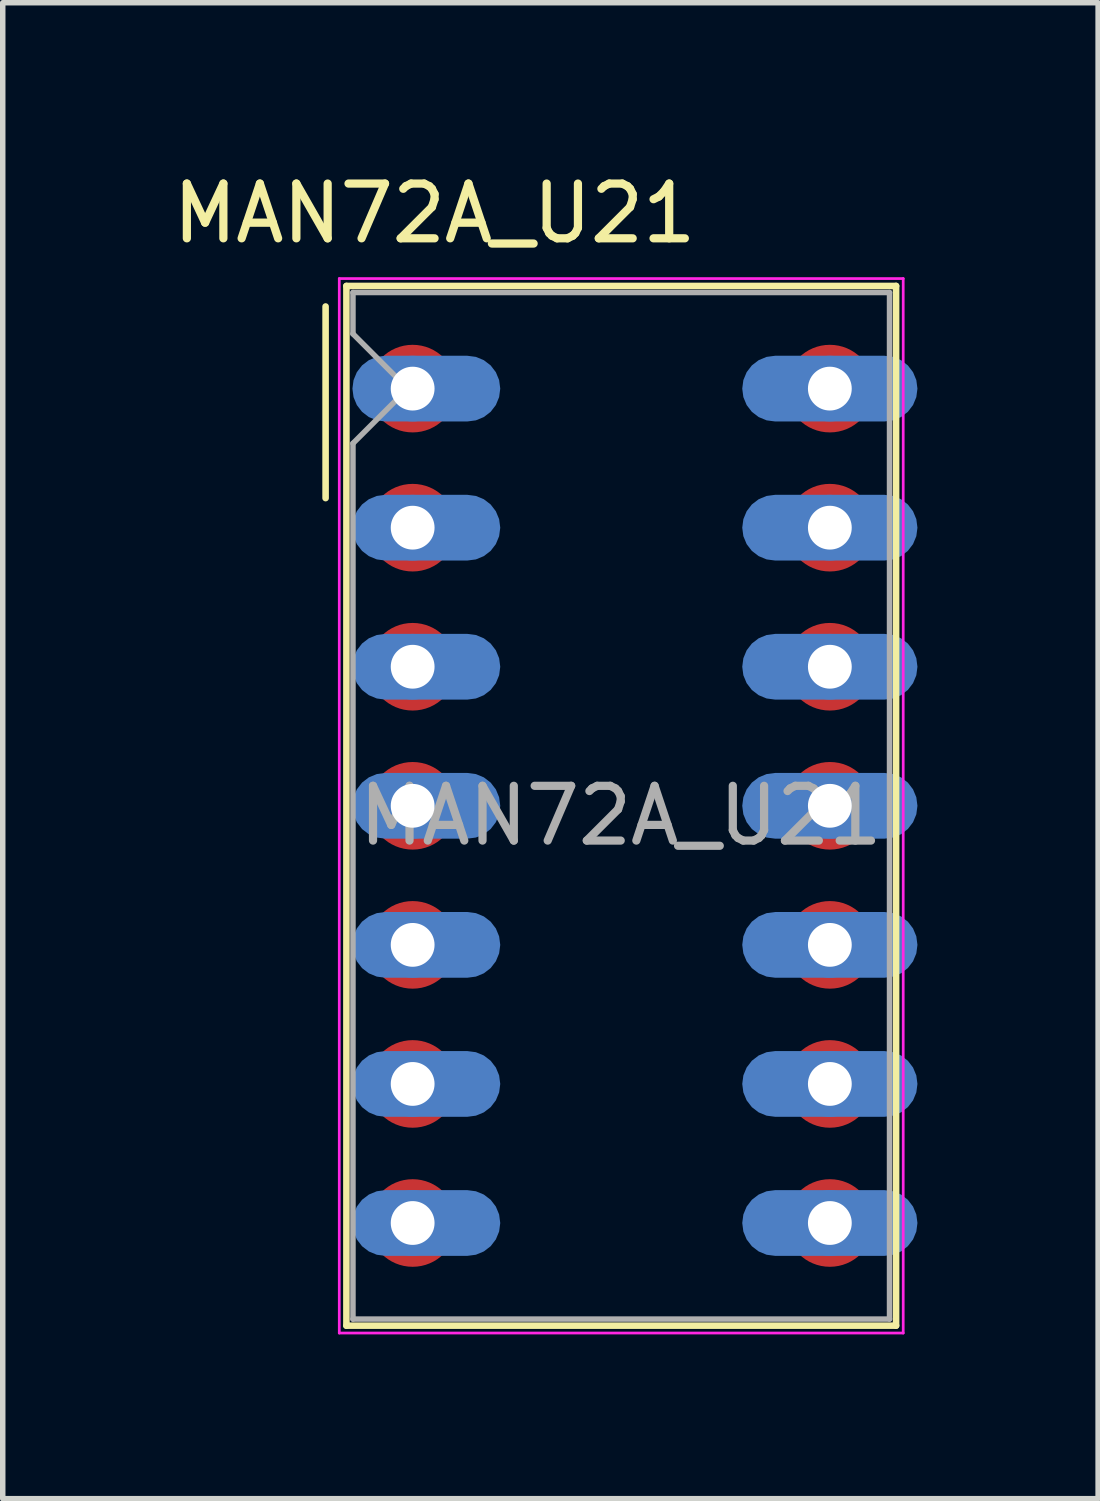
<source format=kicad_pcb>
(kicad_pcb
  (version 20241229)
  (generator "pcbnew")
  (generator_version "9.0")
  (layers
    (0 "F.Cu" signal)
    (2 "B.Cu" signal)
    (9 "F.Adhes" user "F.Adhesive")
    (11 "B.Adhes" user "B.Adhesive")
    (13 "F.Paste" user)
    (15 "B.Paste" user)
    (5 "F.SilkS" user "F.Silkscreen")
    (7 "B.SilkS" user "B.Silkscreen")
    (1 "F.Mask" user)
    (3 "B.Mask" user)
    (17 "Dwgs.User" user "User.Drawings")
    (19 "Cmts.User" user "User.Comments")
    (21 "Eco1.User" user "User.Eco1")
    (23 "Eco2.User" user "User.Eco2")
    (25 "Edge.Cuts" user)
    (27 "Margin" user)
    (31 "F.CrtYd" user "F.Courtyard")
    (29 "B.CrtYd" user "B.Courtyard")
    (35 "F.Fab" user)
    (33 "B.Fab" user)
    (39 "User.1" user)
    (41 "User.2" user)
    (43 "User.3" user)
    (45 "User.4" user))
  (footprint "MAN72A_U21"
    (layer "F.Cu")
    (at 4.487 4.048)
    (property "Reference" "MAN72A_U21" (at 0.4 -3.2 0) (layer "F.SilkS") (effects (font (size 1 1) (thickness 0.15))))
    (attr through_hole)
    (fp_rect (start 1.2 0) (end -1.2 15.24) (stroke (width 0) (type solid)) (fill yes) (layer "F.Mask"))
    (fp_rect (start 8.82 0) (end 6.42 15.24) (stroke (width 0) (type solid)) (fill yes) (layer "F.Mask"))
    (fp_circle (center 0 0) (end 1.2 0) (stroke (width 0) (type solid)) (fill yes) (layer "F.Mask"))
    (fp_circle (center 0 15.24) (end 1.2 15.24) (stroke (width 0) (type solid)) (fill yes) (layer "F.Mask"))
    (fp_circle (center 7.62 0) (end 8.82 0) (stroke (width 0) (type solid)) (fill yes) (layer "F.Mask"))
    (fp_circle (center 7.62 15.24) (end 8.82 15.24) (stroke (width 0) (type solid)) (fill yes) (layer "F.Mask"))
    (fp_rect (start -1.9 -0.7) (end 1.9 0.7) (stroke (width 0) (type solid)) (fill yes) (layer "B.Mask"))
    (fp_rect (start -1.9 1.84) (end 1.9 3.24) (stroke (width 0) (type solid)) (fill yes) (layer "B.Mask"))
    (fp_rect (start -1.9 4.38) (end 1.9 5.78) (stroke (width 0) (type solid)) (fill yes) (layer "B.Mask"))
    (fp_rect (start -1.9 6.92) (end 1.9 8.32) (stroke (width 0) (type solid)) (fill yes) (layer "B.Mask"))
    (fp_rect (start -1.9 9.46) (end 1.9 10.86) (stroke (width 0) (type solid)) (fill yes) (layer "B.Mask"))
    (fp_rect (start -1.9 12) (end 1.9 13.4) (stroke (width 0) (type solid)) (fill yes) (layer "B.Mask"))
    (fp_rect (start -1.9 14.54) (end 1.9 15.94) (stroke (width 0) (type solid)) (fill yes) (layer "B.Mask"))
    (fp_rect (start 5.72 -0.7) (end 9.52 0.7) (stroke (width 0) (type solid)) (fill yes) (layer "B.Mask"))
    (fp_rect (start 5.72 1.84) (end 9.52 3.24) (stroke (width 0) (type solid)) (fill yes) (layer "B.Mask"))
    (fp_rect (start 5.72 4.38) (end 9.52 5.78) (stroke (width 0) (type solid)) (fill yes) (layer "B.Mask"))
    (fp_rect (start 5.72 6.92) (end 9.52 8.32) (stroke (width 0) (type solid)) (fill yes) (layer "B.Mask"))
    (fp_rect (start 5.72 9.46) (end 9.52 10.86) (stroke (width 0) (type solid)) (fill yes) (layer "B.Mask"))
    (fp_rect (start 5.72 12) (end 9.52 13.4) (stroke (width 0) (type solid)) (fill yes) (layer "B.Mask"))
    (fp_rect (start 5.72 14.54) (end 9.52 15.94) (stroke (width 0) (type solid)) (fill yes) (layer "B.Mask"))
    (fp_line (start -1.59 -1.5) (end -1.59 2) (stroke (width 0.12) (type solid)) (layer "F.SilkS"))
    (fp_line (start -1.21 -1.875) (end 8.83 -1.875) (stroke (width 0.12) (type solid)) (layer "F.SilkS"))
    (fp_line (start -1.21 17.115) (end -1.21 -1.875) (stroke (width 0.12) (type solid)) (layer "F.SilkS"))
    (fp_line (start 8.83 -1.875) (end 8.83 17.115) (stroke (width 0.12) (type solid)) (layer "F.SilkS"))
    (fp_line (start 8.83 17.115) (end -1.21 17.115) (stroke (width 0.12) (type solid)) (layer "F.SilkS"))
    (fp_line (start -1.34 -2.01) (end 8.96 -2.01) (stroke (width 0.05) (type solid)) (layer "F.CrtYd"))
    (fp_line (start -1.34 17.25) (end -1.34 -2.01) (stroke (width 0.05) (type solid)) (layer "F.CrtYd"))
    (fp_line (start 8.96 -2.01) (end 8.96 17.25) (stroke (width 0.05) (type solid)) (layer "F.CrtYd"))
    (fp_line (start 8.96 17.25) (end -1.34 17.25) (stroke (width 0.05) (type solid)) (layer "F.CrtYd"))
    (fp_line (start -1.09 -1.755) (end 8.71 -1.755) (stroke (width 0.1) (type solid)) (layer "F.Fab"))
    (fp_line (start -1.09 -1) (end -1.09 -1.755) (stroke (width 0.1) (type solid)) (layer "F.Fab"))
    (fp_line (start -1.09 1) (end -0.09 0) (stroke (width 0.1) (type solid)) (layer "F.Fab"))
    (fp_line (start -1.09 16.995) (end -1.09 1) (stroke (width 0.1) (type solid)) (layer "F.Fab"))
    (fp_line (start -0.09 0) (end -1.09 -1) (stroke (width 0.1) (type solid)) (layer "F.Fab"))
    (fp_line (start 8.71 -1.755) (end 8.71 16.995) (stroke (width 0.1) (type solid)) (layer "F.Fab"))
    (fp_line (start 8.71 16.995) (end -1.09 16.995) (stroke (width 0.1) (type solid)) (layer "F.Fab"))
    (fp_text user "${REFERENCE}" (at 3.8 7.8 0) (layer "F.Fab") (effects (font (size 1 1) (thickness 0.15))))
    (pad "1" thru_hole oval (at 0 0) (size 1.2 1.2) (drill 0.8) (layers "*.Cu" "*.Mask"))
    (pad "1" smd circle (at 0 0) (size 1.6 1.6) (layers "F.Cu"))
    (pad "1" smd roundrect (at 0.25 0) (size 2.7 1.2) (layers "B.Cu") (roundrect_rratio 0.5))
    (pad "2" thru_hole oval (at 0 2.54) (size 1.2 1.2) (drill 0.8) (layers "*.Cu" "*.Mask"))
    (pad "2" smd circle (at 0 2.54) (size 1.6 1.6) (layers "F.Cu"))
    (pad "2" smd roundrect (at 0.25 2.54) (size 2.7 1.2) (layers "B.Cu") (roundrect_rratio 0.5))
    (pad "3" thru_hole oval (at 0 5.08) (size 1.2 1.2) (drill 0.8) (layers "*.Cu" "*.Mask"))
    (pad "3" smd circle (at 0 5.08) (size 1.6 1.6) (layers "F.Cu"))
    (pad "3" smd roundrect (at 0.25 5.08) (size 2.7 1.2) (layers "B.Cu") (roundrect_rratio 0.5))
    (pad "4" thru_hole oval (at 0 7.62) (size 1.2 1.2) (drill 0.8) (layers "*.Cu" "*.Mask"))
    (pad "4" smd circle (at 0 7.62) (size 1.6 1.6) (layers "F.Cu"))
    (pad "4" smd roundrect (at 0.25 7.62) (size 2.7 1.2) (layers "B.Cu") (roundrect_rratio 0.5))
    (pad "5" thru_hole oval (at 0 10.16) (size 1.2 1.2) (drill 0.8) (layers "*.Cu" "*.Mask"))
    (pad "5" smd circle (at 0 10.16) (size 1.6 1.6) (layers "F.Cu"))
    (pad "5" smd roundrect (at 0.25 10.16) (size 2.7 1.2) (layers "B.Cu") (roundrect_rratio 0.5))
    (pad "6" thru_hole oval (at 0 12.7) (size 1.2 1.2) (drill 0.8) (layers "*.Cu" "*.Mask"))
    (pad "6" smd circle (at 0 12.7) (size 1.6 1.6) (layers "F.Cu"))
    (pad "6" smd roundrect (at 0.25 12.7) (size 2.7 1.2) (layers "B.Cu") (roundrect_rratio 0.5))
    (pad "7" thru_hole oval (at 0 15.24) (size 1.2 1.2) (drill 0.8) (layers "*.Cu" "*.Mask"))
    (pad "7" smd circle (at 0 15.24) (size 1.6 1.6) (layers "F.Cu"))
    (pad "7" smd roundrect (at 0.25 15.24) (size 2.7 1.2) (layers "B.Cu") (roundrect_rratio 0.5))
    (pad "8" thru_hole oval (at 7.62 15.24) (size 1.2 1.2) (drill 0.8) (layers "*.Cu" "*.Mask"))
    (pad "8" smd circle (at 7.62 15.24) (size 1.6 1.6) (layers "F.Cu"))
    (pad "8" smd roundrect (at 7.62 15.24) (size 3.2 1.2) (layers "B.Cu") (roundrect_rratio 0.5))
    (pad "9" thru_hole oval (at 7.62 12.7) (size 1.2 1.2) (drill 0.8) (layers "*.Cu" "*.Mask"))
    (pad "9" smd circle (at 7.62 12.7) (size 1.6 1.6) (layers "F.Cu"))
    (pad "9" smd roundrect (at 7.62 12.7) (size 3.2 1.2) (layers "B.Cu") (roundrect_rratio 0.5))
    (pad "10" thru_hole oval (at 7.62 10.16) (size 1.2 1.2) (drill 0.8) (layers "*.Cu" "*.Mask"))
    (pad "10" smd circle (at 7.62 10.16) (size 1.6 1.6) (layers "F.Cu"))
    (pad "10" smd roundrect (at 7.62 10.16) (size 3.2 1.2) (layers "B.Cu") (roundrect_rratio 0.5))
    (pad "11" thru_hole oval (at 7.62 7.62) (size 1.2 1.2) (drill 0.8) (layers "*.Cu" "*.Mask"))
    (pad "11" smd circle (at 7.62 7.62) (size 1.6 1.6) (layers "F.Cu"))
    (pad "11" smd roundrect (at 7.62 7.62) (size 3.2 1.2) (layers "B.Cu") (roundrect_rratio 0.5))
    (pad "12" thru_hole oval (at 7.62 5.08) (size 1.2 1.2) (drill 0.8) (layers "*.Cu" "*.Mask"))
    (pad "12" smd circle (at 7.62 5.08) (size 1.6 1.6) (layers "F.Cu"))
    (pad "12" smd roundrect (at 7.62 5.08) (size 3.2 1.2) (layers "B.Cu") (roundrect_rratio 0.5))
    (pad "13" thru_hole oval (at 7.62 2.54) (size 1.2 1.2) (drill 0.8) (layers "*.Cu" "*.Mask"))
    (pad "13" smd circle (at 7.62 2.54) (size 1.6 1.6) (layers "F.Cu"))
    (pad "13" smd roundrect (at 7.62 2.54) (size 3.2 1.2) (layers "B.Cu") (roundrect_rratio 0.5))
    (pad "14" thru_hole oval (at 7.62 0) (size 1.2 1.2) (drill 0.8) (layers "*.Cu" "*.Mask"))
    (pad "14" smd circle (at 7.62 0) (size 1.6 1.6) (layers "F.Cu"))
    (pad "14" smd roundrect (at 7.62 0) (size 3.2 1.2) (layers "B.Cu") (roundrect_rratio 0.5)))
  (gr_rect
    (start -3 -3)
    (end 17.007 24.323)
    (stroke (width 0.1) (type default))
    (fill no)
    (layer "Edge.Cuts")))
</source>
